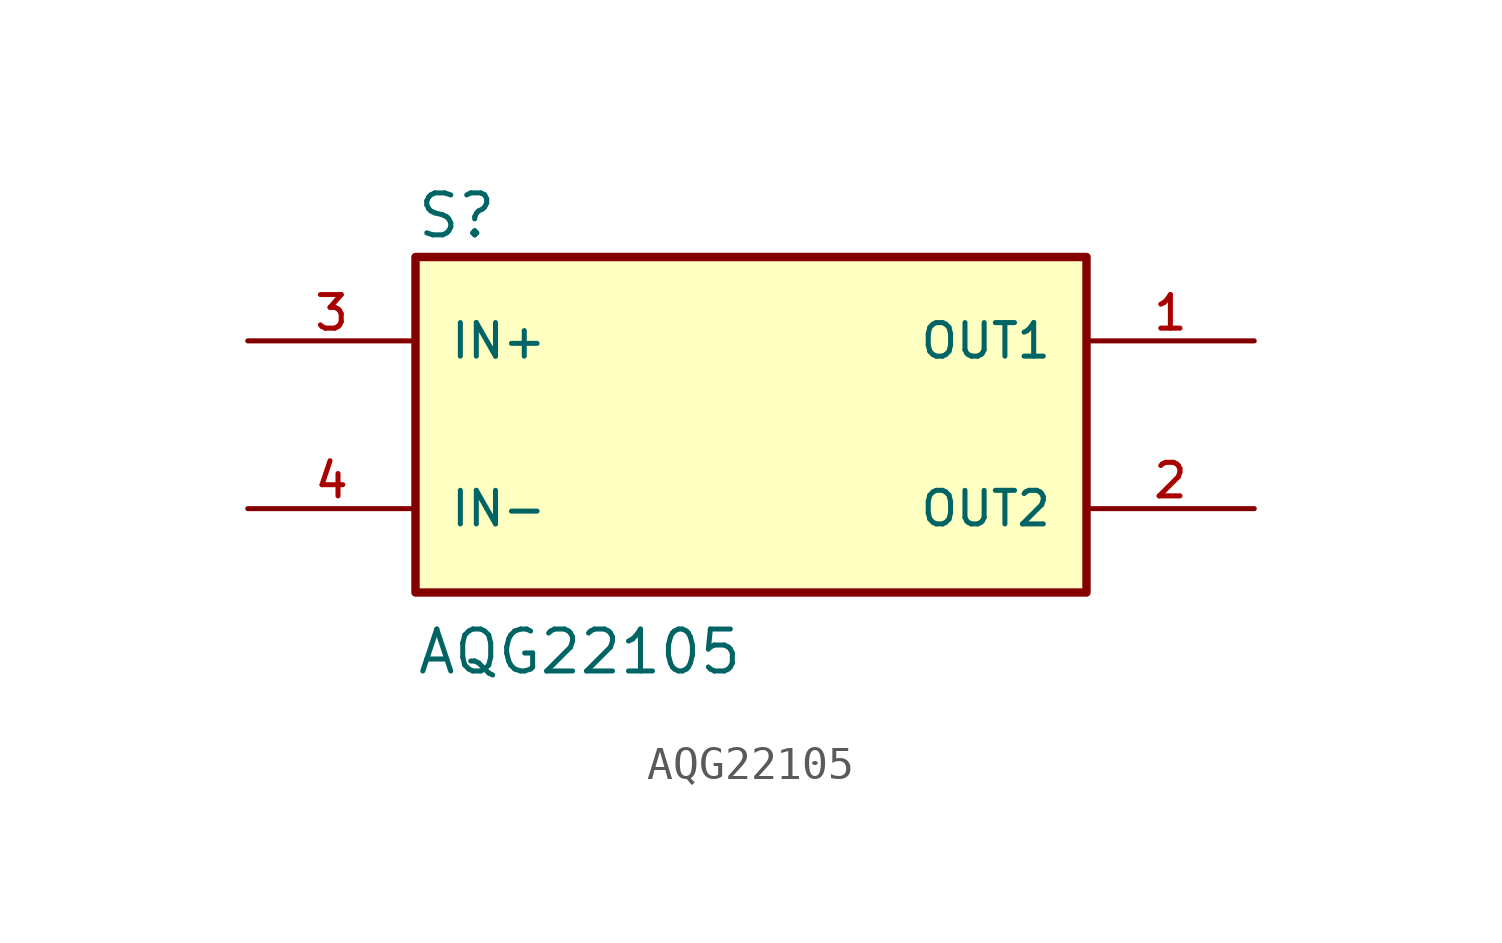
<source format=kicad_sym>
(kicad_symbol_lib
  (version 20211014)
  (generator kicad_symbol_editor)
  (symbol "AQG22105"
    (pin_names
      (offset 1.016))
    (property "Reference" "S"
      (at -10.16 5.588 0)
      (effects (font (size 1.27 1.27)) (justify bottom left)))
    (property "Value" "AQG22105"
      (at -10.16 -7.62 0)
      (effects (font (size 1.27 1.27)) (justify bottom left)))
    (symbol "AQG22105_0_0"
      (rectangle (start -10.16 -5.08) (end 10.16 5.08) (stroke (width 0.254)) (fill (type background)))
      (pin input line (at -15.24 2.54 0) (length 5.08) (name "IN+" (effects (font (size 1.016 1.016)))) (number "3" (effects (font (size 1.016 1.016)))))
      (pin input line (at -15.24 -2.54 0) (length 5.08) (name "IN-" (effects (font (size 1.016 1.016)))) (number "4" (effects (font (size 1.016 1.016)))))
      (pin output line (at 15.24 2.54 180.0) (length 5.08) (name "OUT1" (effects (font (size 1.016 1.016)))) (number "1" (effects (font (size 1.016 1.016)))))
      (pin output line (at 15.24 -2.54 180.0) (length 5.08) (name "OUT2" (effects (font (size 1.016 1.016)))) (number "2" (effects (font (size 1.016 1.016))))))))
</source>
